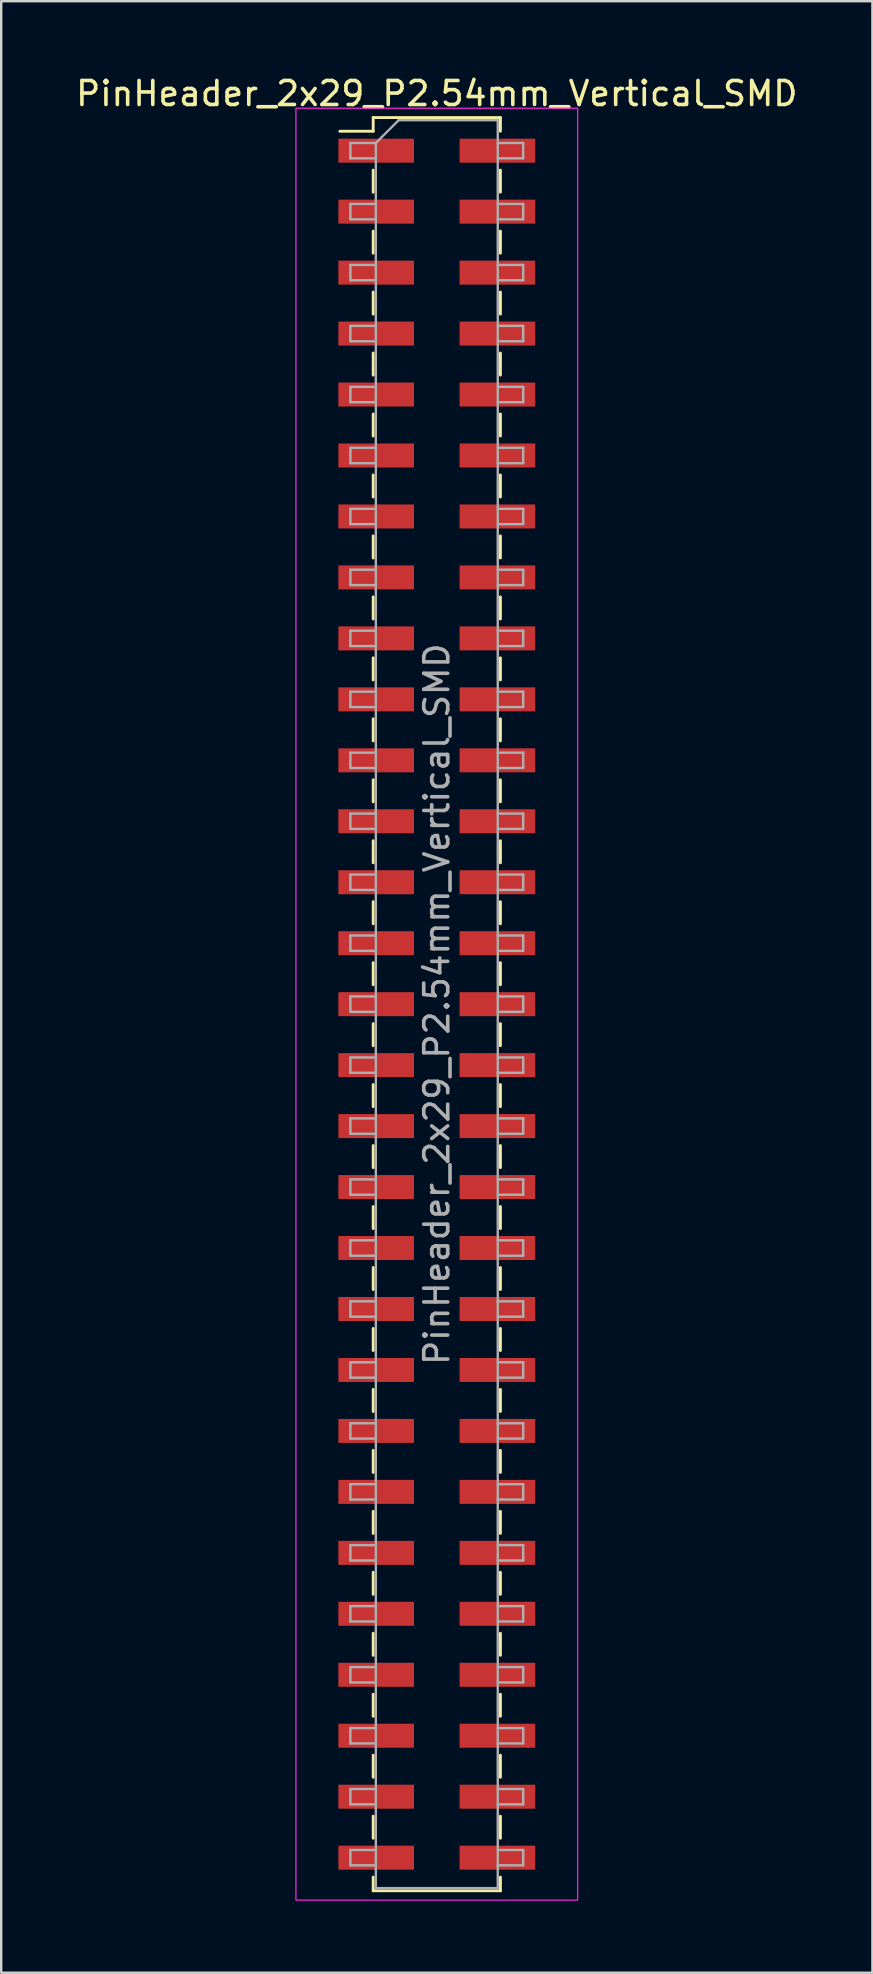
<source format=kicad_pcb>
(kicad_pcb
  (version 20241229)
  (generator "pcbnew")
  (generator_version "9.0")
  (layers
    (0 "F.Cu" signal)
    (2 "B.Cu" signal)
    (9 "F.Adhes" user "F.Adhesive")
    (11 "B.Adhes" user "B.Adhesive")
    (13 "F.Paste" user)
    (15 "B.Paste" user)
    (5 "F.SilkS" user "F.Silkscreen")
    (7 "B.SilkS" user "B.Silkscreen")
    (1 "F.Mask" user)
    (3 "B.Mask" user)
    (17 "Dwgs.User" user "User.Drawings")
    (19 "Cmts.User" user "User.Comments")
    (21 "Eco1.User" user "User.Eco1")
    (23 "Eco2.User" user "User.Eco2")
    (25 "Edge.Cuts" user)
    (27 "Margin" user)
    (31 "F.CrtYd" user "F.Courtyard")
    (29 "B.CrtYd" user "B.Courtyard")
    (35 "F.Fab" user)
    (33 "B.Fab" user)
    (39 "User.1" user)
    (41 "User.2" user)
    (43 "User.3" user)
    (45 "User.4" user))
  (footprint "PinHeader_2x29_P2.54mm_Vertical_SMD"
    (layer "F.Cu")
    (at 15.149 38.788)
    (property "Reference" "PinHeader_2x29_P2.54mm_Vertical_SMD" (at 0 -37.94 0) (layer "F.SilkS") (effects (font (size 1 1) (thickness 0.15))))
    (attr smd)
    (fp_line (start -4.04 -36.37) (end -2.65 -36.37) (stroke (width 0.12) (type solid)) (layer "F.SilkS"))
    (fp_line (start -2.65 -36.94) (end -2.65 -36.37) (stroke (width 0.12) (type solid)) (layer "F.SilkS"))
    (fp_line (start -2.65 -36.94) (end 2.65 -36.94) (stroke (width 0.12) (type solid)) (layer "F.SilkS"))
    (fp_line (start -2.65 -34.75) (end -2.65 -33.83) (stroke (width 0.12) (type solid)) (layer "F.SilkS"))
    (fp_line (start -2.65 -32.21) (end -2.65 -31.29) (stroke (width 0.12) (type solid)) (layer "F.SilkS"))
    (fp_line (start -2.65 -29.67) (end -2.65 -28.75) (stroke (width 0.12) (type solid)) (layer "F.SilkS"))
    (fp_line (start -2.65 -27.13) (end -2.65 -26.21) (stroke (width 0.12) (type solid)) (layer "F.SilkS"))
    (fp_line (start -2.65 -24.59) (end -2.65 -23.67) (stroke (width 0.12) (type solid)) (layer "F.SilkS"))
    (fp_line (start -2.65 -22.05) (end -2.65 -21.13) (stroke (width 0.12) (type solid)) (layer "F.SilkS"))
    (fp_line (start -2.65 -19.51) (end -2.65 -18.59) (stroke (width 0.12) (type solid)) (layer "F.SilkS"))
    (fp_line (start -2.65 -16.97) (end -2.65 -16.05) (stroke (width 0.12) (type solid)) (layer "F.SilkS"))
    (fp_line (start -2.65 -14.43) (end -2.65 -13.51) (stroke (width 0.12) (type solid)) (layer "F.SilkS"))
    (fp_line (start -2.65 -11.89) (end -2.65 -10.97) (stroke (width 0.12) (type solid)) (layer "F.SilkS"))
    (fp_line (start -2.65 -9.35) (end -2.65 -8.43) (stroke (width 0.12) (type solid)) (layer "F.SilkS"))
    (fp_line (start -2.65 -6.81) (end -2.65 -5.89) (stroke (width 0.12) (type solid)) (layer "F.SilkS"))
    (fp_line (start -2.65 -4.27) (end -2.65 -3.35) (stroke (width 0.12) (type solid)) (layer "F.SilkS"))
    (fp_line (start -2.65 -1.73) (end -2.65 -0.81) (stroke (width 0.12) (type solid)) (layer "F.SilkS"))
    (fp_line (start -2.65 0.81) (end -2.65 1.73) (stroke (width 0.12) (type solid)) (layer "F.SilkS"))
    (fp_line (start -2.65 3.35) (end -2.65 4.27) (stroke (width 0.12) (type solid)) (layer "F.SilkS"))
    (fp_line (start -2.65 5.89) (end -2.65 6.81) (stroke (width 0.12) (type solid)) (layer "F.SilkS"))
    (fp_line (start -2.65 8.43) (end -2.65 9.35) (stroke (width 0.12) (type solid)) (layer "F.SilkS"))
    (fp_line (start -2.65 10.97) (end -2.65 11.89) (stroke (width 0.12) (type solid)) (layer "F.SilkS"))
    (fp_line (start -2.65 13.51) (end -2.65 14.43) (stroke (width 0.12) (type solid)) (layer "F.SilkS"))
    (fp_line (start -2.65 16.05) (end -2.65 16.97) (stroke (width 0.12) (type solid)) (layer "F.SilkS"))
    (fp_line (start -2.65 18.59) (end -2.65 19.51) (stroke (width 0.12) (type solid)) (layer "F.SilkS"))
    (fp_line (start -2.65 21.13) (end -2.65 22.05) (stroke (width 0.12) (type solid)) (layer "F.SilkS"))
    (fp_line (start -2.65 23.67) (end -2.65 24.59) (stroke (width 0.12) (type solid)) (layer "F.SilkS"))
    (fp_line (start -2.65 26.21) (end -2.65 27.13) (stroke (width 0.12) (type solid)) (layer "F.SilkS"))
    (fp_line (start -2.65 28.75) (end -2.65 29.67) (stroke (width 0.12) (type solid)) (layer "F.SilkS"))
    (fp_line (start -2.65 31.29) (end -2.65 32.21) (stroke (width 0.12) (type solid)) (layer "F.SilkS"))
    (fp_line (start -2.65 33.83) (end -2.65 34.75) (stroke (width 0.12) (type solid)) (layer "F.SilkS"))
    (fp_line (start -2.65 36.37) (end -2.65 36.94) (stroke (width 0.12) (type solid)) (layer "F.SilkS"))
    (fp_line (start -2.65 36.94) (end 2.65 36.94) (stroke (width 0.12) (type solid)) (layer "F.SilkS"))
    (fp_line (start 2.65 -36.94) (end 2.65 -36.37) (stroke (width 0.12) (type solid)) (layer "F.SilkS"))
    (fp_line (start 2.65 -34.75) (end 2.65 -33.83) (stroke (width 0.12) (type solid)) (layer "F.SilkS"))
    (fp_line (start 2.65 -32.21) (end 2.65 -31.29) (stroke (width 0.12) (type solid)) (layer "F.SilkS"))
    (fp_line (start 2.65 -29.67) (end 2.65 -28.75) (stroke (width 0.12) (type solid)) (layer "F.SilkS"))
    (fp_line (start 2.65 -27.13) (end 2.65 -26.21) (stroke (width 0.12) (type solid)) (layer "F.SilkS"))
    (fp_line (start 2.65 -24.59) (end 2.65 -23.67) (stroke (width 0.12) (type solid)) (layer "F.SilkS"))
    (fp_line (start 2.65 -22.05) (end 2.65 -21.13) (stroke (width 0.12) (type solid)) (layer "F.SilkS"))
    (fp_line (start 2.65 -19.51) (end 2.65 -18.59) (stroke (width 0.12) (type solid)) (layer "F.SilkS"))
    (fp_line (start 2.65 -16.97) (end 2.65 -16.05) (stroke (width 0.12) (type solid)) (layer "F.SilkS"))
    (fp_line (start 2.65 -14.43) (end 2.65 -13.51) (stroke (width 0.12) (type solid)) (layer "F.SilkS"))
    (fp_line (start 2.65 -11.89) (end 2.65 -10.97) (stroke (width 0.12) (type solid)) (layer "F.SilkS"))
    (fp_line (start 2.65 -9.35) (end 2.65 -8.43) (stroke (width 0.12) (type solid)) (layer "F.SilkS"))
    (fp_line (start 2.65 -6.81) (end 2.65 -5.89) (stroke (width 0.12) (type solid)) (layer "F.SilkS"))
    (fp_line (start 2.65 -4.27) (end 2.65 -3.35) (stroke (width 0.12) (type solid)) (layer "F.SilkS"))
    (fp_line (start 2.65 -1.73) (end 2.65 -0.81) (stroke (width 0.12) (type solid)) (layer "F.SilkS"))
    (fp_line (start 2.65 0.81) (end 2.65 1.73) (stroke (width 0.12) (type solid)) (layer "F.SilkS"))
    (fp_line (start 2.65 3.35) (end 2.65 4.27) (stroke (width 0.12) (type solid)) (layer "F.SilkS"))
    (fp_line (start 2.65 5.89) (end 2.65 6.81) (stroke (width 0.12) (type solid)) (layer "F.SilkS"))
    (fp_line (start 2.65 8.43) (end 2.65 9.35) (stroke (width 0.12) (type solid)) (layer "F.SilkS"))
    (fp_line (start 2.65 10.97) (end 2.65 11.89) (stroke (width 0.12) (type solid)) (layer "F.SilkS"))
    (fp_line (start 2.65 13.51) (end 2.65 14.43) (stroke (width 0.12) (type solid)) (layer "F.SilkS"))
    (fp_line (start 2.65 16.05) (end 2.65 16.97) (stroke (width 0.12) (type solid)) (layer "F.SilkS"))
    (fp_line (start 2.65 18.59) (end 2.65 19.51) (stroke (width 0.12) (type solid)) (layer "F.SilkS"))
    (fp_line (start 2.65 21.13) (end 2.65 22.05) (stroke (width 0.12) (type solid)) (layer "F.SilkS"))
    (fp_line (start 2.65 23.67) (end 2.65 24.59) (stroke (width 0.12) (type solid)) (layer "F.SilkS"))
    (fp_line (start 2.65 26.21) (end 2.65 27.13) (stroke (width 0.12) (type solid)) (layer "F.SilkS"))
    (fp_line (start 2.65 28.75) (end 2.65 29.67) (stroke (width 0.12) (type solid)) (layer "F.SilkS"))
    (fp_line (start 2.65 31.29) (end 2.65 32.21) (stroke (width 0.12) (type solid)) (layer "F.SilkS"))
    (fp_line (start 2.65 33.83) (end 2.65 34.75) (stroke (width 0.12) (type solid)) (layer "F.SilkS"))
    (fp_line (start 2.65 36.37) (end 2.65 36.94) (stroke (width 0.12) (type solid)) (layer "F.SilkS"))
    (fp_rect (start -5.87 -37.33) (end 5.87 37.33) (stroke (width 0.05) (type solid)) (fill no) (layer "F.CrtYd"))
    (fp_line (start -3.6 -35.88) (end -3.6 -35.24) (stroke (width 0.1) (type solid)) (layer "F.Fab"))
    (fp_line (start -3.6 -35.24) (end -2.54 -35.24) (stroke (width 0.1) (type solid)) (layer "F.Fab"))
    (fp_line (start -3.6 -33.34) (end -3.6 -32.7) (stroke (width 0.1) (type solid)) (layer "F.Fab"))
    (fp_line (start -3.6 -32.7) (end -2.54 -32.7) (stroke (width 0.1) (type solid)) (layer "F.Fab"))
    (fp_line (start -3.6 -30.8) (end -3.6 -30.16) (stroke (width 0.1) (type solid)) (layer "F.Fab"))
    (fp_line (start -3.6 -30.16) (end -2.54 -30.16) (stroke (width 0.1) (type solid)) (layer "F.Fab"))
    (fp_line (start -3.6 -28.26) (end -3.6 -27.62) (stroke (width 0.1) (type solid)) (layer "F.Fab"))
    (fp_line (start -3.6 -27.62) (end -2.54 -27.62) (stroke (width 0.1) (type solid)) (layer "F.Fab"))
    (fp_line (start -3.6 -25.72) (end -3.6 -25.08) (stroke (width 0.1) (type solid)) (layer "F.Fab"))
    (fp_line (start -3.6 -25.08) (end -2.54 -25.08) (stroke (width 0.1) (type solid)) (layer "F.Fab"))
    (fp_line (start -3.6 -23.18) (end -3.6 -22.54) (stroke (width 0.1) (type solid)) (layer "F.Fab"))
    (fp_line (start -3.6 -22.54) (end -2.54 -22.54) (stroke (width 0.1) (type solid)) (layer "F.Fab"))
    (fp_line (start -3.6 -20.64) (end -3.6 -20) (stroke (width 0.1) (type solid)) (layer "F.Fab"))
    (fp_line (start -3.6 -20) (end -2.54 -20) (stroke (width 0.1) (type solid)) (layer "F.Fab"))
    (fp_line (start -3.6 -18.1) (end -3.6 -17.46) (stroke (width 0.1) (type solid)) (layer "F.Fab"))
    (fp_line (start -3.6 -17.46) (end -2.54 -17.46) (stroke (width 0.1) (type solid)) (layer "F.Fab"))
    (fp_line (start -3.6 -15.56) (end -3.6 -14.92) (stroke (width 0.1) (type solid)) (layer "F.Fab"))
    (fp_line (start -3.6 -14.92) (end -2.54 -14.92) (stroke (width 0.1) (type solid)) (layer "F.Fab"))
    (fp_line (start -3.6 -13.02) (end -3.6 -12.38) (stroke (width 0.1) (type solid)) (layer "F.Fab"))
    (fp_line (start -3.6 -12.38) (end -2.54 -12.38) (stroke (width 0.1) (type solid)) (layer "F.Fab"))
    (fp_line (start -3.6 -10.48) (end -3.6 -9.84) (stroke (width 0.1) (type solid)) (layer "F.Fab"))
    (fp_line (start -3.6 -9.84) (end -2.54 -9.84) (stroke (width 0.1) (type solid)) (layer "F.Fab"))
    (fp_line (start -3.6 -7.94) (end -3.6 -7.3) (stroke (width 0.1) (type solid)) (layer "F.Fab"))
    (fp_line (start -3.6 -7.3) (end -2.54 -7.3) (stroke (width 0.1) (type solid)) (layer "F.Fab"))
    (fp_line (start -3.6 -5.4) (end -3.6 -4.76) (stroke (width 0.1) (type solid)) (layer "F.Fab"))
    (fp_line (start -3.6 -4.76) (end -2.54 -4.76) (stroke (width 0.1) (type solid)) (layer "F.Fab"))
    (fp_line (start -3.6 -2.86) (end -3.6 -2.22) (stroke (width 0.1) (type solid)) (layer "F.Fab"))
    (fp_line (start -3.6 -2.22) (end -2.54 -2.22) (stroke (width 0.1) (type solid)) (layer "F.Fab"))
    (fp_line (start -3.6 -0.32) (end -3.6 0.32) (stroke (width 0.1) (type solid)) (layer "F.Fab"))
    (fp_line (start -3.6 0.32) (end -2.54 0.32) (stroke (width 0.1) (type solid)) (layer "F.Fab"))
    (fp_line (start -3.6 2.22) (end -3.6 2.86) (stroke (width 0.1) (type solid)) (layer "F.Fab"))
    (fp_line (start -3.6 2.86) (end -2.54 2.86) (stroke (width 0.1) (type solid)) (layer "F.Fab"))
    (fp_line (start -3.6 4.76) (end -3.6 5.4) (stroke (width 0.1) (type solid)) (layer "F.Fab"))
    (fp_line (start -3.6 5.4) (end -2.54 5.4) (stroke (width 0.1) (type solid)) (layer "F.Fab"))
    (fp_line (start -3.6 7.3) (end -3.6 7.94) (stroke (width 0.1) (type solid)) (layer "F.Fab"))
    (fp_line (start -3.6 7.94) (end -2.54 7.94) (stroke (width 0.1) (type solid)) (layer "F.Fab"))
    (fp_line (start -3.6 9.84) (end -3.6 10.48) (stroke (width 0.1) (type solid)) (layer "F.Fab"))
    (fp_line (start -3.6 10.48) (end -2.54 10.48) (stroke (width 0.1) (type solid)) (layer "F.Fab"))
    (fp_line (start -3.6 12.38) (end -3.6 13.02) (stroke (width 0.1) (type solid)) (layer "F.Fab"))
    (fp_line (start -3.6 13.02) (end -2.54 13.02) (stroke (width 0.1) (type solid)) (layer "F.Fab"))
    (fp_line (start -3.6 14.92) (end -3.6 15.56) (stroke (width 0.1) (type solid)) (layer "F.Fab"))
    (fp_line (start -3.6 15.56) (end -2.54 15.56) (stroke (width 0.1) (type solid)) (layer "F.Fab"))
    (fp_line (start -3.6 17.46) (end -3.6 18.1) (stroke (width 0.1) (type solid)) (layer "F.Fab"))
    (fp_line (start -3.6 18.1) (end -2.54 18.1) (stroke (width 0.1) (type solid)) (layer "F.Fab"))
    (fp_line (start -3.6 20) (end -3.6 20.64) (stroke (width 0.1) (type solid)) (layer "F.Fab"))
    (fp_line (start -3.6 20.64) (end -2.54 20.64) (stroke (width 0.1) (type solid)) (layer "F.Fab"))
    (fp_line (start -3.6 22.54) (end -3.6 23.18) (stroke (width 0.1) (type solid)) (layer "F.Fab"))
    (fp_line (start -3.6 23.18) (end -2.54 23.18) (stroke (width 0.1) (type solid)) (layer "F.Fab"))
    (fp_line (start -3.6 25.08) (end -3.6 25.72) (stroke (width 0.1) (type solid)) (layer "F.Fab"))
    (fp_line (start -3.6 25.72) (end -2.54 25.72) (stroke (width 0.1) (type solid)) (layer "F.Fab"))
    (fp_line (start -3.6 27.62) (end -3.6 28.26) (stroke (width 0.1) (type solid)) (layer "F.Fab"))
    (fp_line (start -3.6 28.26) (end -2.54 28.26) (stroke (width 0.1) (type solid)) (layer "F.Fab"))
    (fp_line (start -3.6 30.16) (end -3.6 30.8) (stroke (width 0.1) (type solid)) (layer "F.Fab"))
    (fp_line (start -3.6 30.8) (end -2.54 30.8) (stroke (width 0.1) (type solid)) (layer "F.Fab"))
    (fp_line (start -3.6 32.7) (end -3.6 33.34) (stroke (width 0.1) (type solid)) (layer "F.Fab"))
    (fp_line (start -3.6 33.34) (end -2.54 33.34) (stroke (width 0.1) (type solid)) (layer "F.Fab"))
    (fp_line (start -3.6 35.24) (end -3.6 35.88) (stroke (width 0.1) (type solid)) (layer "F.Fab"))
    (fp_line (start -3.6 35.88) (end -2.54 35.88) (stroke (width 0.1) (type solid)) (layer "F.Fab"))
    (fp_line (start -2.54 -35.88) (end -3.6 -35.88) (stroke (width 0.1) (type solid)) (layer "F.Fab"))
    (fp_line (start -2.54 -35.88) (end -1.59 -36.83) (stroke (width 0.1) (type solid)) (layer "F.Fab"))
    (fp_line (start -2.54 -33.34) (end -3.6 -33.34) (stroke (width 0.1) (type solid)) (layer "F.Fab"))
    (fp_line (start -2.54 -30.8) (end -3.6 -30.8) (stroke (width 0.1) (type solid)) (layer "F.Fab"))
    (fp_line (start -2.54 -28.26) (end -3.6 -28.26) (stroke (width 0.1) (type solid)) (layer "F.Fab"))
    (fp_line (start -2.54 -25.72) (end -3.6 -25.72) (stroke (width 0.1) (type solid)) (layer "F.Fab"))
    (fp_line (start -2.54 -23.18) (end -3.6 -23.18) (stroke (width 0.1) (type solid)) (layer "F.Fab"))
    (fp_line (start -2.54 -20.64) (end -3.6 -20.64) (stroke (width 0.1) (type solid)) (layer "F.Fab"))
    (fp_line (start -2.54 -18.1) (end -3.6 -18.1) (stroke (width 0.1) (type solid)) (layer "F.Fab"))
    (fp_line (start -2.54 -15.56) (end -3.6 -15.56) (stroke (width 0.1) (type solid)) (layer "F.Fab"))
    (fp_line (start -2.54 -13.02) (end -3.6 -13.02) (stroke (width 0.1) (type solid)) (layer "F.Fab"))
    (fp_line (start -2.54 -10.48) (end -3.6 -10.48) (stroke (width 0.1) (type solid)) (layer "F.Fab"))
    (fp_line (start -2.54 -7.94) (end -3.6 -7.94) (stroke (width 0.1) (type solid)) (layer "F.Fab"))
    (fp_line (start -2.54 -5.4) (end -3.6 -5.4) (stroke (width 0.1) (type solid)) (layer "F.Fab"))
    (fp_line (start -2.54 -2.86) (end -3.6 -2.86) (stroke (width 0.1) (type solid)) (layer "F.Fab"))
    (fp_line (start -2.54 -0.32) (end -3.6 -0.32) (stroke (width 0.1) (type solid)) (layer "F.Fab"))
    (fp_line (start -2.54 2.22) (end -3.6 2.22) (stroke (width 0.1) (type solid)) (layer "F.Fab"))
    (fp_line (start -2.54 4.76) (end -3.6 4.76) (stroke (width 0.1) (type solid)) (layer "F.Fab"))
    (fp_line (start -2.54 7.3) (end -3.6 7.3) (stroke (width 0.1) (type solid)) (layer "F.Fab"))
    (fp_line (start -2.54 9.84) (end -3.6 9.84) (stroke (width 0.1) (type solid)) (layer "F.Fab"))
    (fp_line (start -2.54 12.38) (end -3.6 12.38) (stroke (width 0.1) (type solid)) (layer "F.Fab"))
    (fp_line (start -2.54 14.92) (end -3.6 14.92) (stroke (width 0.1) (type solid)) (layer "F.Fab"))
    (fp_line (start -2.54 17.46) (end -3.6 17.46) (stroke (width 0.1) (type solid)) (layer "F.Fab"))
    (fp_line (start -2.54 20) (end -3.6 20) (stroke (width 0.1) (type solid)) (layer "F.Fab"))
    (fp_line (start -2.54 22.54) (end -3.6 22.54) (stroke (width 0.1) (type solid)) (layer "F.Fab"))
    (fp_line (start -2.54 25.08) (end -3.6 25.08) (stroke (width 0.1) (type solid)) (layer "F.Fab"))
    (fp_line (start -2.54 27.62) (end -3.6 27.62) (stroke (width 0.1) (type solid)) (layer "F.Fab"))
    (fp_line (start -2.54 30.16) (end -3.6 30.16) (stroke (width 0.1) (type solid)) (layer "F.Fab"))
    (fp_line (start -2.54 32.7) (end -3.6 32.7) (stroke (width 0.1) (type solid)) (layer "F.Fab"))
    (fp_line (start -2.54 35.24) (end -3.6 35.24) (stroke (width 0.1) (type solid)) (layer "F.Fab"))
    (fp_line (start -2.54 36.83) (end -2.54 -35.88) (stroke (width 0.1) (type solid)) (layer "F.Fab"))
    (fp_line (start -1.59 -36.83) (end 2.54 -36.83) (stroke (width 0.1) (type solid)) (layer "F.Fab"))
    (fp_line (start 2.54 -36.83) (end 2.54 36.83) (stroke (width 0.1) (type solid)) (layer "F.Fab"))
    (fp_line (start 2.54 -35.88) (end 3.6 -35.88) (stroke (width 0.1) (type solid)) (layer "F.Fab"))
    (fp_line (start 2.54 -33.34) (end 3.6 -33.34) (stroke (width 0.1) (type solid)) (layer "F.Fab"))
    (fp_line (start 2.54 -30.8) (end 3.6 -30.8) (stroke (width 0.1) (type solid)) (layer "F.Fab"))
    (fp_line (start 2.54 -28.26) (end 3.6 -28.26) (stroke (width 0.1) (type solid)) (layer "F.Fab"))
    (fp_line (start 2.54 -25.72) (end 3.6 -25.72) (stroke (width 0.1) (type solid)) (layer "F.Fab"))
    (fp_line (start 2.54 -23.18) (end 3.6 -23.18) (stroke (width 0.1) (type solid)) (layer "F.Fab"))
    (fp_line (start 2.54 -20.64) (end 3.6 -20.64) (stroke (width 0.1) (type solid)) (layer "F.Fab"))
    (fp_line (start 2.54 -18.1) (end 3.6 -18.1) (stroke (width 0.1) (type solid)) (layer "F.Fab"))
    (fp_line (start 2.54 -15.56) (end 3.6 -15.56) (stroke (width 0.1) (type solid)) (layer "F.Fab"))
    (fp_line (start 2.54 -13.02) (end 3.6 -13.02) (stroke (width 0.1) (type solid)) (layer "F.Fab"))
    (fp_line (start 2.54 -10.48) (end 3.6 -10.48) (stroke (width 0.1) (type solid)) (layer "F.Fab"))
    (fp_line (start 2.54 -7.94) (end 3.6 -7.94) (stroke (width 0.1) (type solid)) (layer "F.Fab"))
    (fp_line (start 2.54 -5.4) (end 3.6 -5.4) (stroke (width 0.1) (type solid)) (layer "F.Fab"))
    (fp_line (start 2.54 -2.86) (end 3.6 -2.86) (stroke (width 0.1) (type solid)) (layer "F.Fab"))
    (fp_line (start 2.54 -0.32) (end 3.6 -0.32) (stroke (width 0.1) (type solid)) (layer "F.Fab"))
    (fp_line (start 2.54 2.22) (end 3.6 2.22) (stroke (width 0.1) (type solid)) (layer "F.Fab"))
    (fp_line (start 2.54 4.76) (end 3.6 4.76) (stroke (width 0.1) (type solid)) (layer "F.Fab"))
    (fp_line (start 2.54 7.3) (end 3.6 7.3) (stroke (width 0.1) (type solid)) (layer "F.Fab"))
    (fp_line (start 2.54 9.84) (end 3.6 9.84) (stroke (width 0.1) (type solid)) (layer "F.Fab"))
    (fp_line (start 2.54 12.38) (end 3.6 12.38) (stroke (width 0.1) (type solid)) (layer "F.Fab"))
    (fp_line (start 2.54 14.92) (end 3.6 14.92) (stroke (width 0.1) (type solid)) (layer "F.Fab"))
    (fp_line (start 2.54 17.46) (end 3.6 17.46) (stroke (width 0.1) (type solid)) (layer "F.Fab"))
    (fp_line (start 2.54 20) (end 3.6 20) (stroke (width 0.1) (type solid)) (layer "F.Fab"))
    (fp_line (start 2.54 22.54) (end 3.6 22.54) (stroke (width 0.1) (type solid)) (layer "F.Fab"))
    (fp_line (start 2.54 25.08) (end 3.6 25.08) (stroke (width 0.1) (type solid)) (layer "F.Fab"))
    (fp_line (start 2.54 27.62) (end 3.6 27.62) (stroke (width 0.1) (type solid)) (layer "F.Fab"))
    (fp_line (start 2.54 30.16) (end 3.6 30.16) (stroke (width 0.1) (type solid)) (layer "F.Fab"))
    (fp_line (start 2.54 32.7) (end 3.6 32.7) (stroke (width 0.1) (type solid)) (layer "F.Fab"))
    (fp_line (start 2.54 35.24) (end 3.6 35.24) (stroke (width 0.1) (type solid)) (layer "F.Fab"))
    (fp_line (start 2.54 36.83) (end -2.54 36.83) (stroke (width 0.1) (type solid)) (layer "F.Fab"))
    (fp_line (start 3.6 -35.88) (end 3.6 -35.24) (stroke (width 0.1) (type solid)) (layer "F.Fab"))
    (fp_line (start 3.6 -35.24) (end 2.54 -35.24) (stroke (width 0.1) (type solid)) (layer "F.Fab"))
    (fp_line (start 3.6 -33.34) (end 3.6 -32.7) (stroke (width 0.1) (type solid)) (layer "F.Fab"))
    (fp_line (start 3.6 -32.7) (end 2.54 -32.7) (stroke (width 0.1) (type solid)) (layer "F.Fab"))
    (fp_line (start 3.6 -30.8) (end 3.6 -30.16) (stroke (width 0.1) (type solid)) (layer "F.Fab"))
    (fp_line (start 3.6 -30.16) (end 2.54 -30.16) (stroke (width 0.1) (type solid)) (layer "F.Fab"))
    (fp_line (start 3.6 -28.26) (end 3.6 -27.62) (stroke (width 0.1) (type solid)) (layer "F.Fab"))
    (fp_line (start 3.6 -27.62) (end 2.54 -27.62) (stroke (width 0.1) (type solid)) (layer "F.Fab"))
    (fp_line (start 3.6 -25.72) (end 3.6 -25.08) (stroke (width 0.1) (type solid)) (layer "F.Fab"))
    (fp_line (start 3.6 -25.08) (end 2.54 -25.08) (stroke (width 0.1) (type solid)) (layer "F.Fab"))
    (fp_line (start 3.6 -23.18) (end 3.6 -22.54) (stroke (width 0.1) (type solid)) (layer "F.Fab"))
    (fp_line (start 3.6 -22.54) (end 2.54 -22.54) (stroke (width 0.1) (type solid)) (layer "F.Fab"))
    (fp_line (start 3.6 -20.64) (end 3.6 -20) (stroke (width 0.1) (type solid)) (layer "F.Fab"))
    (fp_line (start 3.6 -20) (end 2.54 -20) (stroke (width 0.1) (type solid)) (layer "F.Fab"))
    (fp_line (start 3.6 -18.1) (end 3.6 -17.46) (stroke (width 0.1) (type solid)) (layer "F.Fab"))
    (fp_line (start 3.6 -17.46) (end 2.54 -17.46) (stroke (width 0.1) (type solid)) (layer "F.Fab"))
    (fp_line (start 3.6 -15.56) (end 3.6 -14.92) (stroke (width 0.1) (type solid)) (layer "F.Fab"))
    (fp_line (start 3.6 -14.92) (end 2.54 -14.92) (stroke (width 0.1) (type solid)) (layer "F.Fab"))
    (fp_line (start 3.6 -13.02) (end 3.6 -12.38) (stroke (width 0.1) (type solid)) (layer "F.Fab"))
    (fp_line (start 3.6 -12.38) (end 2.54 -12.38) (stroke (width 0.1) (type solid)) (layer "F.Fab"))
    (fp_line (start 3.6 -10.48) (end 3.6 -9.84) (stroke (width 0.1) (type solid)) (layer "F.Fab"))
    (fp_line (start 3.6 -9.84) (end 2.54 -9.84) (stroke (width 0.1) (type solid)) (layer "F.Fab"))
    (fp_line (start 3.6 -7.94) (end 3.6 -7.3) (stroke (width 0.1) (type solid)) (layer "F.Fab"))
    (fp_line (start 3.6 -7.3) (end 2.54 -7.3) (stroke (width 0.1) (type solid)) (layer "F.Fab"))
    (fp_line (start 3.6 -5.4) (end 3.6 -4.76) (stroke (width 0.1) (type solid)) (layer "F.Fab"))
    (fp_line (start 3.6 -4.76) (end 2.54 -4.76) (stroke (width 0.1) (type solid)) (layer "F.Fab"))
    (fp_line (start 3.6 -2.86) (end 3.6 -2.22) (stroke (width 0.1) (type solid)) (layer "F.Fab"))
    (fp_line (start 3.6 -2.22) (end 2.54 -2.22) (stroke (width 0.1) (type solid)) (layer "F.Fab"))
    (fp_line (start 3.6 -0.32) (end 3.6 0.32) (stroke (width 0.1) (type solid)) (layer "F.Fab"))
    (fp_line (start 3.6 0.32) (end 2.54 0.32) (stroke (width 0.1) (type solid)) (layer "F.Fab"))
    (fp_line (start 3.6 2.22) (end 3.6 2.86) (stroke (width 0.1) (type solid)) (layer "F.Fab"))
    (fp_line (start 3.6 2.86) (end 2.54 2.86) (stroke (width 0.1) (type solid)) (layer "F.Fab"))
    (fp_line (start 3.6 4.76) (end 3.6 5.4) (stroke (width 0.1) (type solid)) (layer "F.Fab"))
    (fp_line (start 3.6 5.4) (end 2.54 5.4) (stroke (width 0.1) (type solid)) (layer "F.Fab"))
    (fp_line (start 3.6 7.3) (end 3.6 7.94) (stroke (width 0.1) (type solid)) (layer "F.Fab"))
    (fp_line (start 3.6 7.94) (end 2.54 7.94) (stroke (width 0.1) (type solid)) (layer "F.Fab"))
    (fp_line (start 3.6 9.84) (end 3.6 10.48) (stroke (width 0.1) (type solid)) (layer "F.Fab"))
    (fp_line (start 3.6 10.48) (end 2.54 10.48) (stroke (width 0.1) (type solid)) (layer "F.Fab"))
    (fp_line (start 3.6 12.38) (end 3.6 13.02) (stroke (width 0.1) (type solid)) (layer "F.Fab"))
    (fp_line (start 3.6 13.02) (end 2.54 13.02) (stroke (width 0.1) (type solid)) (layer "F.Fab"))
    (fp_line (start 3.6 14.92) (end 3.6 15.56) (stroke (width 0.1) (type solid)) (layer "F.Fab"))
    (fp_line (start 3.6 15.56) (end 2.54 15.56) (stroke (width 0.1) (type solid)) (layer "F.Fab"))
    (fp_line (start 3.6 17.46) (end 3.6 18.1) (stroke (width 0.1) (type solid)) (layer "F.Fab"))
    (fp_line (start 3.6 18.1) (end 2.54 18.1) (stroke (width 0.1) (type solid)) (layer "F.Fab"))
    (fp_line (start 3.6 20) (end 3.6 20.64) (stroke (width 0.1) (type solid)) (layer "F.Fab"))
    (fp_line (start 3.6 20.64) (end 2.54 20.64) (stroke (width 0.1) (type solid)) (layer "F.Fab"))
    (fp_line (start 3.6 22.54) (end 3.6 23.18) (stroke (width 0.1) (type solid)) (layer "F.Fab"))
    (fp_line (start 3.6 23.18) (end 2.54 23.18) (stroke (width 0.1) (type solid)) (layer "F.Fab"))
    (fp_line (start 3.6 25.08) (end 3.6 25.72) (stroke (width 0.1) (type solid)) (layer "F.Fab"))
    (fp_line (start 3.6 25.72) (end 2.54 25.72) (stroke (width 0.1) (type solid)) (layer "F.Fab"))
    (fp_line (start 3.6 27.62) (end 3.6 28.26) (stroke (width 0.1) (type solid)) (layer "F.Fab"))
    (fp_line (start 3.6 28.26) (end 2.54 28.26) (stroke (width 0.1) (type solid)) (layer "F.Fab"))
    (fp_line (start 3.6 30.16) (end 3.6 30.8) (stroke (width 0.1) (type solid)) (layer "F.Fab"))
    (fp_line (start 3.6 30.8) (end 2.54 30.8) (stroke (width 0.1) (type solid)) (layer "F.Fab"))
    (fp_line (start 3.6 32.7) (end 3.6 33.34) (stroke (width 0.1) (type solid)) (layer "F.Fab"))
    (fp_line (start 3.6 33.34) (end 2.54 33.34) (stroke (width 0.1) (type solid)) (layer "F.Fab"))
    (fp_line (start 3.6 35.24) (end 3.6 35.88) (stroke (width 0.1) (type solid)) (layer "F.Fab"))
    (fp_line (start 3.6 35.88) (end 2.54 35.88) (stroke (width 0.1) (type solid)) (layer "F.Fab"))
    (fp_text user "${REFERENCE}" (at 0 0 90) (layer "F.Fab") (effects (font (size 1 1) (thickness 0.15))))
    (pad "1" smd rect (at -2.525 -35.56) (size 3.15 1) (layers "F.Cu" "F.Mask" "F.Paste"))
    (pad "2" smd rect (at 2.525 -35.56) (size 3.15 1) (layers "F.Cu" "F.Mask" "F.Paste"))
    (pad "3" smd rect (at -2.525 -33.02) (size 3.15 1) (layers "F.Cu" "F.Mask" "F.Paste"))
    (pad "4" smd rect (at 2.525 -33.02) (size 3.15 1) (layers "F.Cu" "F.Mask" "F.Paste"))
    (pad "5" smd rect (at -2.525 -30.48) (size 3.15 1) (layers "F.Cu" "F.Mask" "F.Paste"))
    (pad "6" smd rect (at 2.525 -30.48) (size 3.15 1) (layers "F.Cu" "F.Mask" "F.Paste"))
    (pad "7" smd rect (at -2.525 -27.94) (size 3.15 1) (layers "F.Cu" "F.Mask" "F.Paste"))
    (pad "8" smd rect (at 2.525 -27.94) (size 3.15 1) (layers "F.Cu" "F.Mask" "F.Paste"))
    (pad "9" smd rect (at -2.525 -25.4) (size 3.15 1) (layers "F.Cu" "F.Mask" "F.Paste"))
    (pad "10" smd rect (at 2.525 -25.4) (size 3.15 1) (layers "F.Cu" "F.Mask" "F.Paste"))
    (pad "11" smd rect (at -2.525 -22.86) (size 3.15 1) (layers "F.Cu" "F.Mask" "F.Paste"))
    (pad "12" smd rect (at 2.525 -22.86) (size 3.15 1) (layers "F.Cu" "F.Mask" "F.Paste"))
    (pad "13" smd rect (at -2.525 -20.32) (size 3.15 1) (layers "F.Cu" "F.Mask" "F.Paste"))
    (pad "14" smd rect (at 2.525 -20.32) (size 3.15 1) (layers "F.Cu" "F.Mask" "F.Paste"))
    (pad "15" smd rect (at -2.525 -17.78) (size 3.15 1) (layers "F.Cu" "F.Mask" "F.Paste"))
    (pad "16" smd rect (at 2.525 -17.78) (size 3.15 1) (layers "F.Cu" "F.Mask" "F.Paste"))
    (pad "17" smd rect (at -2.525 -15.24) (size 3.15 1) (layers "F.Cu" "F.Mask" "F.Paste"))
    (pad "18" smd rect (at 2.525 -15.24) (size 3.15 1) (layers "F.Cu" "F.Mask" "F.Paste"))
    (pad "19" smd rect (at -2.525 -12.7) (size 3.15 1) (layers "F.Cu" "F.Mask" "F.Paste"))
    (pad "20" smd rect (at 2.525 -12.7) (size 3.15 1) (layers "F.Cu" "F.Mask" "F.Paste"))
    (pad "21" smd rect (at -2.525 -10.16) (size 3.15 1) (layers "F.Cu" "F.Mask" "F.Paste"))
    (pad "22" smd rect (at 2.525 -10.16) (size 3.15 1) (layers "F.Cu" "F.Mask" "F.Paste"))
    (pad "23" smd rect (at -2.525 -7.62) (size 3.15 1) (layers "F.Cu" "F.Mask" "F.Paste"))
    (pad "24" smd rect (at 2.525 -7.62) (size 3.15 1) (layers "F.Cu" "F.Mask" "F.Paste"))
    (pad "25" smd rect (at -2.525 -5.08) (size 3.15 1) (layers "F.Cu" "F.Mask" "F.Paste"))
    (pad "26" smd rect (at 2.525 -5.08) (size 3.15 1) (layers "F.Cu" "F.Mask" "F.Paste"))
    (pad "27" smd rect (at -2.525 -2.54) (size 3.15 1) (layers "F.Cu" "F.Mask" "F.Paste"))
    (pad "28" smd rect (at 2.525 -2.54) (size 3.15 1) (layers "F.Cu" "F.Mask" "F.Paste"))
    (pad "29" smd rect (at -2.525 0) (size 3.15 1) (layers "F.Cu" "F.Mask" "F.Paste"))
    (pad "30" smd rect (at 2.525 0) (size 3.15 1) (layers "F.Cu" "F.Mask" "F.Paste"))
    (pad "31" smd rect (at -2.525 2.54) (size 3.15 1) (layers "F.Cu" "F.Mask" "F.Paste"))
    (pad "32" smd rect (at 2.525 2.54) (size 3.15 1) (layers "F.Cu" "F.Mask" "F.Paste"))
    (pad "33" smd rect (at -2.525 5.08) (size 3.15 1) (layers "F.Cu" "F.Mask" "F.Paste"))
    (pad "34" smd rect (at 2.525 5.08) (size 3.15 1) (layers "F.Cu" "F.Mask" "F.Paste"))
    (pad "35" smd rect (at -2.525 7.62) (size 3.15 1) (layers "F.Cu" "F.Mask" "F.Paste"))
    (pad "36" smd rect (at 2.525 7.62) (size 3.15 1) (layers "F.Cu" "F.Mask" "F.Paste"))
    (pad "37" smd rect (at -2.525 10.16) (size 3.15 1) (layers "F.Cu" "F.Mask" "F.Paste"))
    (pad "38" smd rect (at 2.525 10.16) (size 3.15 1) (layers "F.Cu" "F.Mask" "F.Paste"))
    (pad "39" smd rect (at -2.525 12.7) (size 3.15 1) (layers "F.Cu" "F.Mask" "F.Paste"))
    (pad "40" smd rect (at 2.525 12.7) (size 3.15 1) (layers "F.Cu" "F.Mask" "F.Paste"))
    (pad "41" smd rect (at -2.525 15.24) (size 3.15 1) (layers "F.Cu" "F.Mask" "F.Paste"))
    (pad "42" smd rect (at 2.525 15.24) (size 3.15 1) (layers "F.Cu" "F.Mask" "F.Paste"))
    (pad "43" smd rect (at -2.525 17.78) (size 3.15 1) (layers "F.Cu" "F.Mask" "F.Paste"))
    (pad "44" smd rect (at 2.525 17.78) (size 3.15 1) (layers "F.Cu" "F.Mask" "F.Paste"))
    (pad "45" smd rect (at -2.525 20.32) (size 3.15 1) (layers "F.Cu" "F.Mask" "F.Paste"))
    (pad "46" smd rect (at 2.525 20.32) (size 3.15 1) (layers "F.Cu" "F.Mask" "F.Paste"))
    (pad "47" smd rect (at -2.525 22.86) (size 3.15 1) (layers "F.Cu" "F.Mask" "F.Paste"))
    (pad "48" smd rect (at 2.525 22.86) (size 3.15 1) (layers "F.Cu" "F.Mask" "F.Paste"))
    (pad "49" smd rect (at -2.525 25.4) (size 3.15 1) (layers "F.Cu" "F.Mask" "F.Paste"))
    (pad "50" smd rect (at 2.525 25.4) (size 3.15 1) (layers "F.Cu" "F.Mask" "F.Paste"))
    (pad "51" smd rect (at -2.525 27.94) (size 3.15 1) (layers "F.Cu" "F.Mask" "F.Paste"))
    (pad "52" smd rect (at 2.525 27.94) (size 3.15 1) (layers "F.Cu" "F.Mask" "F.Paste"))
    (pad "53" smd rect (at -2.525 30.48) (size 3.15 1) (layers "F.Cu" "F.Mask" "F.Paste"))
    (pad "54" smd rect (at 2.525 30.48) (size 3.15 1) (layers "F.Cu" "F.Mask" "F.Paste"))
    (pad "55" smd rect (at -2.525 33.02) (size 3.15 1) (layers "F.Cu" "F.Mask" "F.Paste"))
    (pad "56" smd rect (at 2.525 33.02) (size 3.15 1) (layers "F.Cu" "F.Mask" "F.Paste"))
    (pad "57" smd rect (at -2.525 35.56) (size 3.15 1) (layers "F.Cu" "F.Mask" "F.Paste"))
    (pad "58" smd rect (at 2.525 35.56) (size 3.15 1) (layers "F.Cu" "F.Mask" "F.Paste")))
  (gr_rect
    (start -3 -3)
    (end 33.298 79.143)
    (stroke (width 0.1) (type default))
    (fill no)
    (layer "Edge.Cuts")))
</source>
